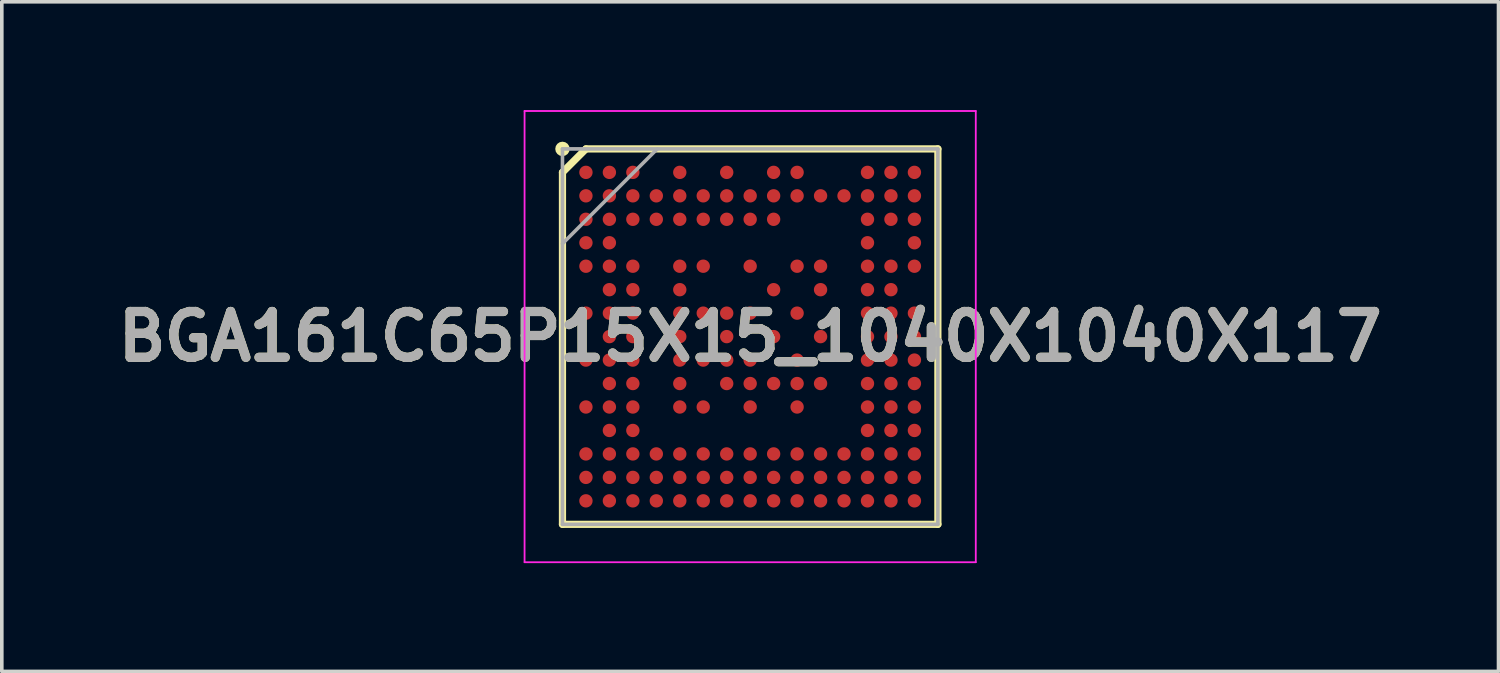
<source format=kicad_pcb>
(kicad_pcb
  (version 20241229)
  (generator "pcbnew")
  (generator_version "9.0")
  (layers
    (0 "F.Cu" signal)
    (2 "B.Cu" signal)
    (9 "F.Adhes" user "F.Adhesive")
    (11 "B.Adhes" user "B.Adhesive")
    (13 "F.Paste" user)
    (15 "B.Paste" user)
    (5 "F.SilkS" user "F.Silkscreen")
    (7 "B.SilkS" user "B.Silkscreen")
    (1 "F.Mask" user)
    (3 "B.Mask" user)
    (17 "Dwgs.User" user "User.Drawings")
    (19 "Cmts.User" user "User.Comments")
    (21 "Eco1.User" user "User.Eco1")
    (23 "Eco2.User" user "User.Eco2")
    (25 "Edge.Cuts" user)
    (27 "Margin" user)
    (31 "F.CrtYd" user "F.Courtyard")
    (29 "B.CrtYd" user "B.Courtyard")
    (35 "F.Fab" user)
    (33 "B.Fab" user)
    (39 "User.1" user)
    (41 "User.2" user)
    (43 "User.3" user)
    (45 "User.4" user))
  (footprint "BGA161C65P15X15_1040X1040X117"
    (layer "F.Cu")
    (at 17.732 6.275)
    (property "Reference" "BGA161C65P15X15_1040X1040X117" (at 0 0 0) (layer "F.SilkS") (effects (font (size 1.27 1.27) (thickness 0.254))))
    (attr smd)
    (fp_line (start -5.2 -4.55) (end -4.55 -5.2) (stroke (width 0.2) (type solid)) (layer "F.SilkS"))
    (fp_line (start -5.2 5.2) (end -5.2 -4.55) (stroke (width 0.2) (type solid)) (layer "F.SilkS"))
    (fp_line (start -4.55 -5.2) (end 5.2 -5.2) (stroke (width 0.2) (type solid)) (layer "F.SilkS"))
    (fp_line (start 5.2 -5.2) (end 5.2 5.2) (stroke (width 0.2) (type solid)) (layer "F.SilkS"))
    (fp_line (start 5.2 5.2) (end -5.2 5.2) (stroke (width 0.2) (type solid)) (layer "F.SilkS"))
    (fp_circle (center -5.2 -5.2) (end -5.2 -5.1) (stroke (width 0.2) (type solid)) (fill no) (layer "F.SilkS"))
    (fp_line (start -6.25 -6.25) (end 6.25 -6.25) (stroke (width 0.05) (type solid)) (layer "F.CrtYd"))
    (fp_line (start -6.25 6.25) (end -6.25 -6.25) (stroke (width 0.05) (type solid)) (layer "F.CrtYd"))
    (fp_line (start 6.25 -6.25) (end 6.25 6.25) (stroke (width 0.05) (type solid)) (layer "F.CrtYd"))
    (fp_line (start 6.25 6.25) (end -6.25 6.25) (stroke (width 0.05) (type solid)) (layer "F.CrtYd"))
    (fp_line (start -5.2 -5.2) (end 5.2 -5.2) (stroke (width 0.1) (type solid)) (layer "F.Fab"))
    (fp_line (start -5.2 -2.575) (end -2.575 -5.2) (stroke (width 0.1) (type solid)) (layer "F.Fab"))
    (fp_line (start -5.2 5.2) (end -5.2 -5.2) (stroke (width 0.1) (type solid)) (layer "F.Fab"))
    (fp_line (start 5.2 -5.2) (end 5.2 5.2) (stroke (width 0.1) (type solid)) (layer "F.Fab"))
    (fp_line (start 5.2 5.2) (end -5.2 5.2) (stroke (width 0.1) (type solid)) (layer "F.Fab"))
    (fp_text user "${REFERENCE}" (at 0 0 0) (layer "F.Fab") (effects (font (size 1.27 1.27) (thickness 0.254))))
    (pad "A1" smd circle (at -4.55 -4.55 90) (size 0.37 0.37) (layers "F.Cu" "F.Mask" "F.Paste"))
    (pad "A2" smd circle (at -3.9 -4.55 90) (size 0.37 0.37) (layers "F.Cu" "F.Mask" "F.Paste"))
    (pad "A3" smd circle (at -3.25 -4.55 90) (size 0.37 0.37) (layers "F.Cu" "F.Mask" "F.Paste"))
    (pad "A5" smd circle (at -1.95 -4.55 90) (size 0.37 0.37) (layers "F.Cu" "F.Mask" "F.Paste"))
    (pad "A7" smd circle (at -0.65 -4.55 90) (size 0.37 0.37) (layers "F.Cu" "F.Mask" "F.Paste"))
    (pad "A9" smd circle (at 0.65 -4.55 90) (size 0.37 0.37) (layers "F.Cu" "F.Mask" "F.Paste"))
    (pad "A10" smd circle (at 1.3 -4.55 90) (size 0.37 0.37) (layers "F.Cu" "F.Mask" "F.Paste"))
    (pad "A13" smd circle (at 3.25 -4.55 90) (size 0.37 0.37) (layers "F.Cu" "F.Mask" "F.Paste"))
    (pad "A14" smd circle (at 3.9 -4.55 90) (size 0.37 0.37) (layers "F.Cu" "F.Mask" "F.Paste"))
    (pad "A15" smd circle (at 4.55 -4.55 90) (size 0.37 0.37) (layers "F.Cu" "F.Mask" "F.Paste"))
    (pad "B1" smd circle (at -4.55 -3.9 90) (size 0.37 0.37) (layers "F.Cu" "F.Mask" "F.Paste"))
    (pad "B2" smd circle (at -3.9 -3.9 90) (size 0.37 0.37) (layers "F.Cu" "F.Mask" "F.Paste"))
    (pad "B3" smd circle (at -3.25 -3.9 90) (size 0.37 0.37) (layers "F.Cu" "F.Mask" "F.Paste"))
    (pad "B4" smd circle (at -2.6 -3.9 90) (size 0.37 0.37) (layers "F.Cu" "F.Mask" "F.Paste"))
    (pad "B5" smd circle (at -1.95 -3.9 90) (size 0.37 0.37) (layers "F.Cu" "F.Mask" "F.Paste"))
    (pad "B6" smd circle (at -1.3 -3.9 90) (size 0.37 0.37) (layers "F.Cu" "F.Mask" "F.Paste"))
    (pad "B7" smd circle (at -0.65 -3.9 90) (size 0.37 0.37) (layers "F.Cu" "F.Mask" "F.Paste"))
    (pad "B8" smd circle (at 0 -3.9 90) (size 0.37 0.37) (layers "F.Cu" "F.Mask" "F.Paste"))
    (pad "B9" smd circle (at 0.65 -3.9 90) (size 0.37 0.37) (layers "F.Cu" "F.Mask" "F.Paste"))
    (pad "B10" smd circle (at 1.3 -3.9 90) (size 0.37 0.37) (layers "F.Cu" "F.Mask" "F.Paste"))
    (pad "B11" smd circle (at 1.95 -3.9 90) (size 0.37 0.37) (layers "F.Cu" "F.Mask" "F.Paste"))
    (pad "B12" smd circle (at 2.6 -3.9 90) (size 0.37 0.37) (layers "F.Cu" "F.Mask" "F.Paste"))
    (pad "B13" smd circle (at 3.25 -3.9 90) (size 0.37 0.37) (layers "F.Cu" "F.Mask" "F.Paste"))
    (pad "B14" smd circle (at 3.9 -3.9 90) (size 0.37 0.37) (layers "F.Cu" "F.Mask" "F.Paste"))
    (pad "B15" smd circle (at 4.55 -3.9 90) (size 0.37 0.37) (layers "F.Cu" "F.Mask" "F.Paste"))
    (pad "C1" smd circle (at -4.55 -3.25 90) (size 0.37 0.37) (layers "F.Cu" "F.Mask" "F.Paste"))
    (pad "C2" smd circle (at -3.9 -3.25 90) (size 0.37 0.37) (layers "F.Cu" "F.Mask" "F.Paste"))
    (pad "C3" smd circle (at -3.25 -3.25 90) (size 0.37 0.37) (layers "F.Cu" "F.Mask" "F.Paste"))
    (pad "C4" smd circle (at -2.6 -3.25 90) (size 0.37 0.37) (layers "F.Cu" "F.Mask" "F.Paste"))
    (pad "C5" smd circle (at -1.95 -3.25 90) (size 0.37 0.37) (layers "F.Cu" "F.Mask" "F.Paste"))
    (pad "C6" smd circle (at -1.3 -3.25 90) (size 0.37 0.37) (layers "F.Cu" "F.Mask" "F.Paste"))
    (pad "C7" smd circle (at -0.65 -3.25 90) (size 0.37 0.37) (layers "F.Cu" "F.Mask" "F.Paste"))
    (pad "C8" smd circle (at 0 -3.25 90) (size 0.37 0.37) (layers "F.Cu" "F.Mask" "F.Paste"))
    (pad "C9" smd circle (at 0.65 -3.25 90) (size 0.37 0.37) (layers "F.Cu" "F.Mask" "F.Paste"))
    (pad "C13" smd circle (at 3.25 -3.25 90) (size 0.37 0.37) (layers "F.Cu" "F.Mask" "F.Paste"))
    (pad "C14" smd circle (at 3.9 -3.25 90) (size 0.37 0.37) (layers "F.Cu" "F.Mask" "F.Paste"))
    (pad "C15" smd circle (at 4.55 -3.25 90) (size 0.37 0.37) (layers "F.Cu" "F.Mask" "F.Paste"))
    (pad "D1" smd circle (at -4.55 -2.6 90) (size 0.37 0.37) (layers "F.Cu" "F.Mask" "F.Paste"))
    (pad "D2" smd circle (at -3.9 -2.6 90) (size 0.37 0.37) (layers "F.Cu" "F.Mask" "F.Paste"))
    (pad "D13" smd circle (at 3.25 -2.6 90) (size 0.37 0.37) (layers "F.Cu" "F.Mask" "F.Paste"))
    (pad "D15" smd circle (at 4.55 -2.6 90) (size 0.37 0.37) (layers "F.Cu" "F.Mask" "F.Paste"))
    (pad "E1" smd circle (at -4.55 -1.95 90) (size 0.37 0.37) (layers "F.Cu" "F.Mask" "F.Paste"))
    (pad "E2" smd circle (at -3.9 -1.95 90) (size 0.37 0.37) (layers "F.Cu" "F.Mask" "F.Paste"))
    (pad "E3" smd circle (at -3.25 -1.95 90) (size 0.37 0.37) (layers "F.Cu" "F.Mask" "F.Paste"))
    (pad "E5" smd circle (at -1.95 -1.95 90) (size 0.37 0.37) (layers "F.Cu" "F.Mask" "F.Paste"))
    (pad "E6" smd circle (at -1.3 -1.95 90) (size 0.37 0.37) (layers "F.Cu" "F.Mask" "F.Paste"))
    (pad "E8" smd circle (at 0 -1.95 90) (size 0.37 0.37) (layers "F.Cu" "F.Mask" "F.Paste"))
    (pad "E10" smd circle (at 1.3 -1.95 90) (size 0.37 0.37) (layers "F.Cu" "F.Mask" "F.Paste"))
    (pad "E11" smd circle (at 1.95 -1.95 90) (size 0.37 0.37) (layers "F.Cu" "F.Mask" "F.Paste"))
    (pad "E13" smd circle (at 3.25 -1.95 90) (size 0.37 0.37) (layers "F.Cu" "F.Mask" "F.Paste"))
    (pad "E14" smd circle (at 3.9 -1.95 90) (size 0.37 0.37) (layers "F.Cu" "F.Mask" "F.Paste"))
    (pad "E15" smd circle (at 4.55 -1.95 90) (size 0.37 0.37) (layers "F.Cu" "F.Mask" "F.Paste"))
    (pad "F2" smd circle (at -3.9 -1.3 90) (size 0.37 0.37) (layers "F.Cu" "F.Mask" "F.Paste"))
    (pad "F3" smd circle (at -3.25 -1.3 90) (size 0.37 0.37) (layers "F.Cu" "F.Mask" "F.Paste"))
    (pad "F5" smd circle (at -1.95 -1.3 90) (size 0.37 0.37) (layers "F.Cu" "F.Mask" "F.Paste"))
    (pad "F9" smd circle (at 0.65 -1.3 90) (size 0.37 0.37) (layers "F.Cu" "F.Mask" "F.Paste"))
    (pad "F11" smd circle (at 1.95 -1.3 90) (size 0.37 0.37) (layers "F.Cu" "F.Mask" "F.Paste"))
    (pad "F13" smd circle (at 3.25 -1.3 90) (size 0.37 0.37) (layers "F.Cu" "F.Mask" "F.Paste"))
    (pad "F14" smd circle (at 3.9 -1.3 90) (size 0.37 0.37) (layers "F.Cu" "F.Mask" "F.Paste"))
    (pad "G1" smd circle (at -4.55 -0.65 90) (size 0.37 0.37) (layers "F.Cu" "F.Mask" "F.Paste"))
    (pad "G2" smd circle (at -3.9 -0.65 90) (size 0.37 0.37) (layers "F.Cu" "F.Mask" "F.Paste"))
    (pad "G3" smd circle (at -3.25 -0.65 90) (size 0.37 0.37) (layers "F.Cu" "F.Mask" "F.Paste"))
    (pad "G5" smd circle (at -1.95 -0.65 90) (size 0.37 0.37) (layers "F.Cu" "F.Mask" "F.Paste"))
    (pad "G6" smd circle (at -1.3 -0.65 90) (size 0.37 0.37) (layers "F.Cu" "F.Mask" "F.Paste"))
    (pad "G7" smd circle (at -0.65 -0.65 90) (size 0.37 0.37) (layers "F.Cu" "F.Mask" "F.Paste"))
    (pad "G8" smd circle (at 0 -0.65 90) (size 0.37 0.37) (layers "F.Cu" "F.Mask" "F.Paste"))
    (pad "G10" smd circle (at 1.3 -0.65 90) (size 0.37 0.37) (layers "F.Cu" "F.Mask" "F.Paste"))
    (pad "G13" smd circle (at 3.25 -0.65 90) (size 0.37 0.37) (layers "F.Cu" "F.Mask" "F.Paste"))
    (pad "G14" smd circle (at 3.9 -0.65 90) (size 0.37 0.37) (layers "F.Cu" "F.Mask" "F.Paste"))
    (pad "G15" smd circle (at 4.55 -0.65 90) (size 0.37 0.37) (layers "F.Cu" "F.Mask" "F.Paste"))
    (pad "H2" smd circle (at -3.9 0 90) (size 0.37 0.37) (layers "F.Cu" "F.Mask" "F.Paste"))
    (pad "H3" smd circle (at -3.25 0 90) (size 0.37 0.37) (layers "F.Cu" "F.Mask" "F.Paste"))
    (pad "H5" smd circle (at -1.95 0 90) (size 0.37 0.37) (layers "F.Cu" "F.Mask" "F.Paste"))
    (pad "H7" smd circle (at -0.65 0 90) (size 0.37 0.37) (layers "F.Cu" "F.Mask" "F.Paste"))
    (pad "H9" smd circle (at 0.65 0 90) (size 0.37 0.37) (layers "F.Cu" "F.Mask" "F.Paste"))
    (pad "H11" smd circle (at 1.95 0 90) (size 0.37 0.37) (layers "F.Cu" "F.Mask" "F.Paste"))
    (pad "H13" smd circle (at 3.25 0 90) (size 0.37 0.37) (layers "F.Cu" "F.Mask" "F.Paste"))
    (pad "H14" smd circle (at 3.9 0 90) (size 0.37 0.37) (layers "F.Cu" "F.Mask" "F.Paste"))
    (pad "H15" smd circle (at 4.55 0 90) (size 0.37 0.37) (layers "F.Cu" "F.Mask" "F.Paste"))
    (pad "J1" smd circle (at -4.55 0.65 90) (size 0.37 0.37) (layers "F.Cu" "F.Mask" "F.Paste"))
    (pad "J2" smd circle (at -3.9 0.65 90) (size 0.37 0.37) (layers "F.Cu" "F.Mask" "F.Paste"))
    (pad "J3" smd circle (at -3.25 0.65 90) (size 0.37 0.37) (layers "F.Cu" "F.Mask" "F.Paste"))
    (pad "J5" smd circle (at -1.95 0.65 90) (size 0.37 0.37) (layers "F.Cu" "F.Mask" "F.Paste"))
    (pad "J6" smd circle (at -1.3 0.65 90) (size 0.37 0.37) (layers "F.Cu" "F.Mask" "F.Paste"))
    (pad "J7" smd circle (at -0.65 0.65 90) (size 0.37 0.37) (layers "F.Cu" "F.Mask" "F.Paste"))
    (pad "J8" smd circle (at 0 0.65 90) (size 0.37 0.37) (layers "F.Cu" "F.Mask" "F.Paste"))
    (pad "J10" smd circle (at 1.3 0.65 90) (size 0.37 0.37) (layers "F.Cu" "F.Mask" "F.Paste"))
    (pad "J13" smd circle (at 3.25 0.65 90) (size 0.37 0.37) (layers "F.Cu" "F.Mask" "F.Paste"))
    (pad "J14" smd circle (at 3.9 0.65 90) (size 0.37 0.37) (layers "F.Cu" "F.Mask" "F.Paste"))
    (pad "J15" smd circle (at 4.55 0.65 90) (size 0.37 0.37) (layers "F.Cu" "F.Mask" "F.Paste"))
    (pad "K2" smd circle (at -3.9 1.3 90) (size 0.37 0.37) (layers "F.Cu" "F.Mask" "F.Paste"))
    (pad "K3" smd circle (at -3.25 1.3 90) (size 0.37 0.37) (layers "F.Cu" "F.Mask" "F.Paste"))
    (pad "K5" smd circle (at -1.95 1.3 90) (size 0.37 0.37) (layers "F.Cu" "F.Mask" "F.Paste"))
    (pad "K7" smd circle (at -0.65 1.3 90) (size 0.37 0.37) (layers "F.Cu" "F.Mask" "F.Paste"))
    (pad "K8" smd circle (at 0 1.3 90) (size 0.37 0.37) (layers "F.Cu" "F.Mask" "F.Paste"))
    (pad "K9" smd circle (at 0.65 1.3 90) (size 0.37 0.37) (layers "F.Cu" "F.Mask" "F.Paste"))
    (pad "K10" smd circle (at 1.3 1.3 90) (size 0.37 0.37) (layers "F.Cu" "F.Mask" "F.Paste"))
    (pad "K11" smd circle (at 1.95 1.3 90) (size 0.37 0.37) (layers "F.Cu" "F.Mask" "F.Paste"))
    (pad "K13" smd circle (at 3.25 1.3 90) (size 0.37 0.37) (layers "F.Cu" "F.Mask" "F.Paste"))
    (pad "K14" smd circle (at 3.9 1.3 90) (size 0.37 0.37) (layers "F.Cu" "F.Mask" "F.Paste"))
    (pad "K15" smd circle (at 4.55 1.3 90) (size 0.37 0.37) (layers "F.Cu" "F.Mask" "F.Paste"))
    (pad "L1" smd circle (at -4.55 1.95 90) (size 0.37 0.37) (layers "F.Cu" "F.Mask" "F.Paste"))
    (pad "L2" smd circle (at -3.9 1.95 90) (size 0.37 0.37) (layers "F.Cu" "F.Mask" "F.Paste"))
    (pad "L3" smd circle (at -3.25 1.95 90) (size 0.37 0.37) (layers "F.Cu" "F.Mask" "F.Paste"))
    (pad "L5" smd circle (at -1.95 1.95 90) (size 0.37 0.37) (layers "F.Cu" "F.Mask" "F.Paste"))
    (pad "L6" smd circle (at -1.3 1.95 90) (size 0.37 0.37) (layers "F.Cu" "F.Mask" "F.Paste"))
    (pad "L8" smd circle (at 0 1.95 90) (size 0.37 0.37) (layers "F.Cu" "F.Mask" "F.Paste"))
    (pad "L10" smd circle (at 1.3 1.95 90) (size 0.37 0.37) (layers "F.Cu" "F.Mask" "F.Paste"))
    (pad "L13" smd circle (at 3.25 1.95 90) (size 0.37 0.37) (layers "F.Cu" "F.Mask" "F.Paste"))
    (pad "L14" smd circle (at 3.9 1.95 90) (size 0.37 0.37) (layers "F.Cu" "F.Mask" "F.Paste"))
    (pad "L15" smd circle (at 4.55 1.95 90) (size 0.37 0.37) (layers "F.Cu" "F.Mask" "F.Paste"))
    (pad "M2" smd circle (at -3.9 2.6 90) (size 0.37 0.37) (layers "F.Cu" "F.Mask" "F.Paste"))
    (pad "M3" smd circle (at -3.25 2.6 90) (size 0.37 0.37) (layers "F.Cu" "F.Mask" "F.Paste"))
    (pad "M13" smd circle (at 3.25 2.6 90) (size 0.37 0.37) (layers "F.Cu" "F.Mask" "F.Paste"))
    (pad "M14" smd circle (at 3.9 2.6 90) (size 0.37 0.37) (layers "F.Cu" "F.Mask" "F.Paste"))
    (pad "M15" smd circle (at 4.55 2.6 90) (size 0.37 0.37) (layers "F.Cu" "F.Mask" "F.Paste"))
    (pad "N1" smd circle (at -4.55 3.25 90) (size 0.37 0.37) (layers "F.Cu" "F.Mask" "F.Paste"))
    (pad "N2" smd circle (at -3.9 3.25 90) (size 0.37 0.37) (layers "F.Cu" "F.Mask" "F.Paste"))
    (pad "N3" smd circle (at -3.25 3.25 90) (size 0.37 0.37) (layers "F.Cu" "F.Mask" "F.Paste"))
    (pad "N4" smd circle (at -2.6 3.25 90) (size 0.37 0.37) (layers "F.Cu" "F.Mask" "F.Paste"))
    (pad "N5" smd circle (at -1.95 3.25 90) (size 0.37 0.37) (layers "F.Cu" "F.Mask" "F.Paste"))
    (pad "N6" smd circle (at -1.3 3.25 90) (size 0.37 0.37) (layers "F.Cu" "F.Mask" "F.Paste"))
    (pad "N7" smd circle (at -0.65 3.25 90) (size 0.37 0.37) (layers "F.Cu" "F.Mask" "F.Paste"))
    (pad "N8" smd circle (at 0 3.25 90) (size 0.37 0.37) (layers "F.Cu" "F.Mask" "F.Paste"))
    (pad "N9" smd circle (at 0.65 3.25 90) (size 0.37 0.37) (layers "F.Cu" "F.Mask" "F.Paste"))
    (pad "N10" smd circle (at 1.3 3.25 90) (size 0.37 0.37) (layers "F.Cu" "F.Mask" "F.Paste"))
    (pad "N11" smd circle (at 1.95 3.25 90) (size 0.37 0.37) (layers "F.Cu" "F.Mask" "F.Paste"))
    (pad "N12" smd circle (at 2.6 3.25 90) (size 0.37 0.37) (layers "F.Cu" "F.Mask" "F.Paste"))
    (pad "N13" smd circle (at 3.25 3.25 90) (size 0.37 0.37) (layers "F.Cu" "F.Mask" "F.Paste"))
    (pad "N14" smd circle (at 3.9 3.25 90) (size 0.37 0.37) (layers "F.Cu" "F.Mask" "F.Paste"))
    (pad "N15" smd circle (at 4.55 3.25 90) (size 0.37 0.37) (layers "F.Cu" "F.Mask" "F.Paste"))
    (pad "P1" smd circle (at -4.55 3.9 90) (size 0.37 0.37) (layers "F.Cu" "F.Mask" "F.Paste"))
    (pad "P2" smd circle (at -3.9 3.9 90) (size 0.37 0.37) (layers "F.Cu" "F.Mask" "F.Paste"))
    (pad "P3" smd circle (at -3.25 3.9 90) (size 0.37 0.37) (layers "F.Cu" "F.Mask" "F.Paste"))
    (pad "P4" smd circle (at -2.6 3.9 90) (size 0.37 0.37) (layers "F.Cu" "F.Mask" "F.Paste"))
    (pad "P5" smd circle (at -1.95 3.9 90) (size 0.37 0.37) (layers "F.Cu" "F.Mask" "F.Paste"))
    (pad "P6" smd circle (at -1.3 3.9 90) (size 0.37 0.37) (layers "F.Cu" "F.Mask" "F.Paste"))
    (pad "P7" smd circle (at -0.65 3.9 90) (size 0.37 0.37) (layers "F.Cu" "F.Mask" "F.Paste"))
    (pad "P8" smd circle (at 0 3.9 90) (size 0.37 0.37) (layers "F.Cu" "F.Mask" "F.Paste"))
    (pad "P9" smd circle (at 0.65 3.9 90) (size 0.37 0.37) (layers "F.Cu" "F.Mask" "F.Paste"))
    (pad "P10" smd circle (at 1.3 3.9 90) (size 0.37 0.37) (layers "F.Cu" "F.Mask" "F.Paste"))
    (pad "P11" smd circle (at 1.95 3.9 90) (size 0.37 0.37) (layers "F.Cu" "F.Mask" "F.Paste"))
    (pad "P12" smd circle (at 2.6 3.9 90) (size 0.37 0.37) (layers "F.Cu" "F.Mask" "F.Paste"))
    (pad "P13" smd circle (at 3.25 3.9 90) (size 0.37 0.37) (layers "F.Cu" "F.Mask" "F.Paste"))
    (pad "P14" smd circle (at 3.9 3.9 90) (size 0.37 0.37) (layers "F.Cu" "F.Mask" "F.Paste"))
    (pad "P15" smd circle (at 4.55 3.9 90) (size 0.37 0.37) (layers "F.Cu" "F.Mask" "F.Paste"))
    (pad "R1" smd circle (at -4.55 4.55 90) (size 0.37 0.37) (layers "F.Cu" "F.Mask" "F.Paste"))
    (pad "R2" smd circle (at -3.9 4.55 90) (size 0.37 0.37) (layers "F.Cu" "F.Mask" "F.Paste"))
    (pad "R3" smd circle (at -3.25 4.55 90) (size 0.37 0.37) (layers "F.Cu" "F.Mask" "F.Paste"))
    (pad "R4" smd circle (at -2.6 4.55 90) (size 0.37 0.37) (layers "F.Cu" "F.Mask" "F.Paste"))
    (pad "R5" smd circle (at -1.95 4.55 90) (size 0.37 0.37) (layers "F.Cu" "F.Mask" "F.Paste"))
    (pad "R6" smd circle (at -1.3 4.55 90) (size 0.37 0.37) (layers "F.Cu" "F.Mask" "F.Paste"))
    (pad "R7" smd circle (at -0.65 4.55 90) (size 0.37 0.37) (layers "F.Cu" "F.Mask" "F.Paste"))
    (pad "R8" smd circle (at 0 4.55 90) (size 0.37 0.37) (layers "F.Cu" "F.Mask" "F.Paste"))
    (pad "R9" smd circle (at 0.65 4.55 90) (size 0.37 0.37) (layers "F.Cu" "F.Mask" "F.Paste"))
    (pad "R10" smd circle (at 1.3 4.55 90) (size 0.37 0.37) (layers "F.Cu" "F.Mask" "F.Paste"))
    (pad "R11" smd circle (at 1.95 4.55 90) (size 0.37 0.37) (layers "F.Cu" "F.Mask" "F.Paste"))
    (pad "R12" smd circle (at 2.6 4.55 90) (size 0.37 0.37) (layers "F.Cu" "F.Mask" "F.Paste"))
    (pad "R13" smd circle (at 3.25 4.55 90) (size 0.37 0.37) (layers "F.Cu" "F.Mask" "F.Paste"))
    (pad "R14" smd circle (at 3.9 4.55 90) (size 0.37 0.37) (layers "F.Cu" "F.Mask" "F.Paste"))
    (pad "R15" smd circle (at 4.55 4.55 90) (size 0.37 0.37) (layers "F.Cu" "F.Mask" "F.Paste")))
  (gr_rect
    (start -3 -3)
    (end 38.463 15.55)
    (stroke (width 0.1) (type default))
    (fill no)
    (layer "Edge.Cuts")))
</source>
